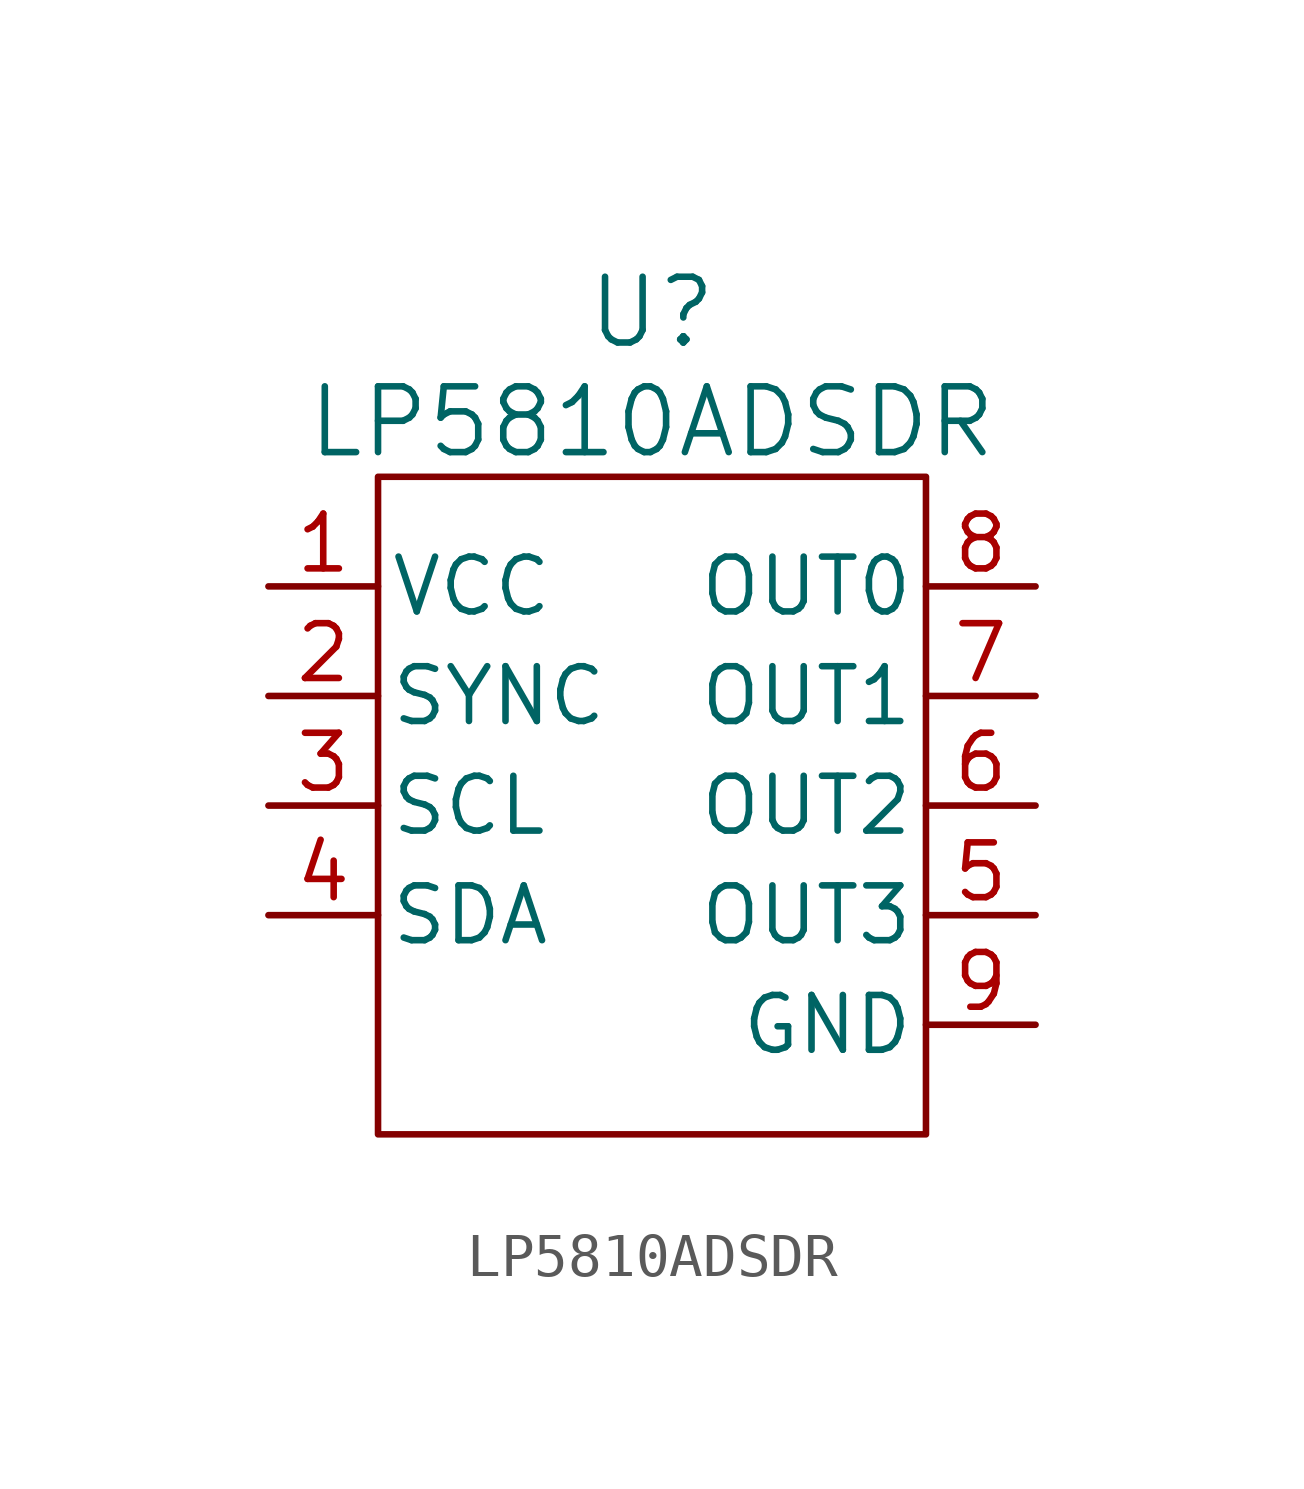
<source format=kicad_sym>
(kicad_symbol_lib
  (version 20241209)
  (generator "kicad_symbol_editor")
  (generator_version "9.0")
  (symbol "LP5810ADSDR"
    (pin_names
      (offset 0.254))
    (property "Reference" "U"
      (at 11.43 7.62 0)
      (effects (font (size 1.524 1.524))))
    (property "Value" "LP5810ADSDR"
      (at 11.43 5.08 0)
      (effects (font (size 1.524 1.524))))
    (symbol "LP5810ADSDR_0_1"
      (pin power_in line (at 2.54 1.27 0) (length 2.54) (name "VCC" (effects (font (size 1.27 1.27)))) (number "1" (effects (font (size 1.27 1.27)))))
      (pin bidirectional line (at 2.54 -1.27 0) (length 2.54) (name "SYNC" (effects (font (size 1.27 1.27)))) (number "2" (effects (font (size 1.27 1.27)))))
      (pin input line (at 2.54 -3.81 0) (length 2.54) (name "SCL" (effects (font (size 1.27 1.27)))) (number "3" (effects (font (size 1.27 1.27)))))
      (pin bidirectional line (at 2.54 -6.35 0) (length 2.54) (name "SDA" (effects (font (size 1.27 1.27)))) (number "4" (effects (font (size 1.27 1.27)))))
      (pin power_in line (at 20.32 -8.89 180) (length 2.54) (name "GND" (effects (font (size 1.27 1.27)))) (number "9" (effects (font (size 1.27 1.27))))))
    (symbol "LP5810ADSDR_1_1"
      (rectangle (start 5.08 3.81) (end 17.78 -11.43) (stroke (width 0) (type default)) (fill (type none)))
      (pin output line (at 20.32 1.27 180) (length 2.54) (name "OUT0" (effects (font (size 1.27 1.27)))) (number "8" (effects (font (size 1.27 1.27)))))
      (pin output line (at 20.32 -1.27 180) (length 2.54) (name "OUT1" (effects (font (size 1.27 1.27)))) (number "7" (effects (font (size 1.27 1.27)))))
      (pin output line (at 20.32 -3.81 180) (length 2.54) (name "OUT2" (effects (font (size 1.27 1.27)))) (number "6" (effects (font (size 1.27 1.27)))))
      (pin output line (at 20.32 -6.35 180) (length 2.54) (name "OUT3" (effects (font (size 1.27 1.27)))) (number "5" (effects (font (size 1.27 1.27))))))))
</source>
